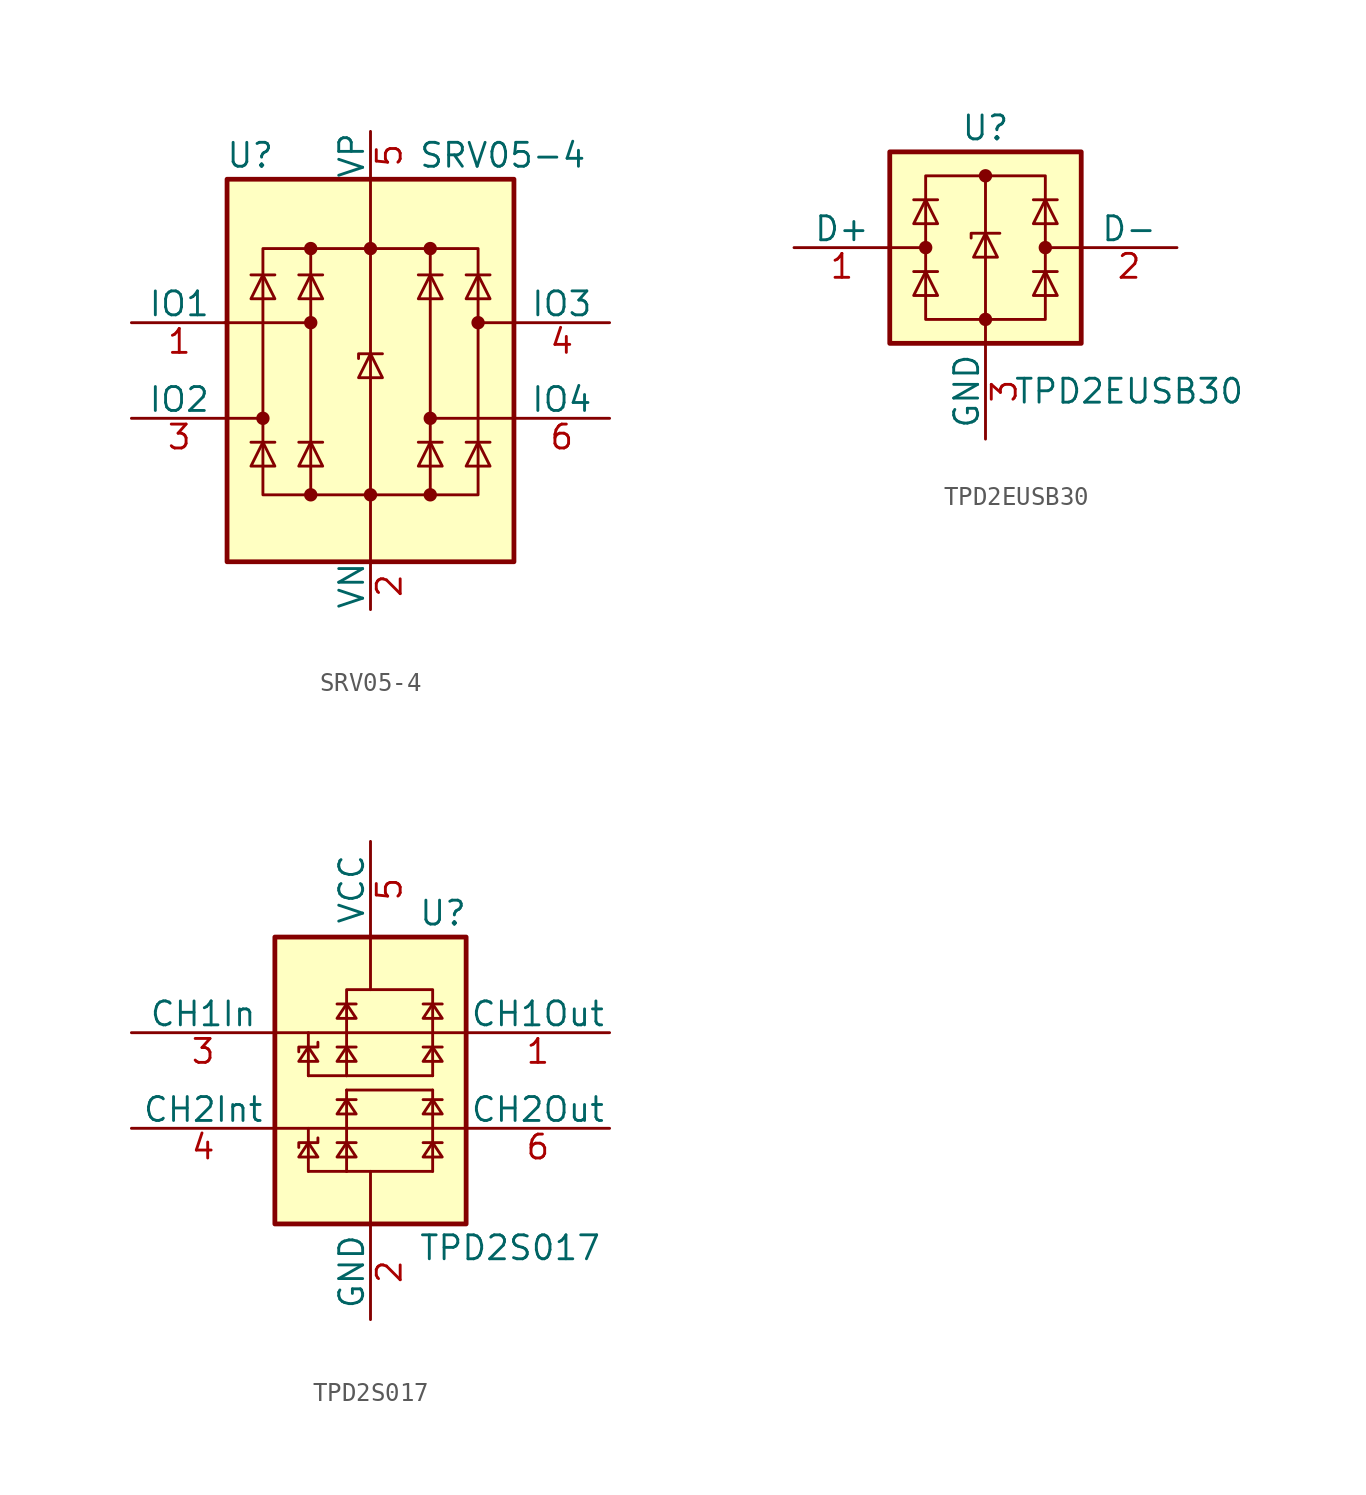
<source format=kicad_sym>
(kicad_symbol_lib
  (version 20220914)
  (generator kicad_symbol_editor)
  (symbol "SRV05-4"
    (pin_names
      (offset 0))
    (property "Reference" "U"
      (at -5.08 11.43 0)
      (effects (font (size 1.27 1.27)) (justify right)))
    (property "Value" "SRV05-4"
      (at 2.54 11.43 0)
      (effects (font (size 1.27 1.27)) (justify left)))
    (symbol "SRV05-4_0_0"
      (rectangle (start -5.715 6.477) (end 5.715 -6.604) (stroke (width 0) (type default)) (fill (type none)))
      (polyline (pts (xy -3.175 -6.604) (xy -3.175 6.477)) (stroke (width 0) (type default)) (fill (type none)))
      (polyline (pts (xy 3.175 6.477) (xy 3.175 -6.604)) (stroke (width 0) (type default)) (fill (type none))))
    (symbol "SRV05-4_0_1"
      (rectangle (start -7.62 10.16) (end 7.62 -10.16) (stroke (width 0.254) (type default)) (fill (type background)))
      (circle (center -5.715 -2.54) (radius 0.279) (stroke (width 0) (type default)) (fill (type outline)))
      (circle (center -3.175 -6.604) (radius 0.279) (stroke (width 0) (type default)) (fill (type outline)))
      (circle (center -3.175 2.54) (radius 0.279) (stroke (width 0) (type default)) (fill (type outline)))
      (circle (center -3.175 6.477) (radius 0.279) (stroke (width 0) (type default)) (fill (type outline)))
      (circle (center 0 -6.604) (radius 0.279) (stroke (width 0) (type default)) (fill (type outline)))
      (polyline (pts (xy -7.747 2.54) (xy -3.175 2.54)) (stroke (width 0) (type default)) (fill (type none)))
      (polyline (pts (xy -7.62 -2.54) (xy -5.715 -2.54)) (stroke (width 0) (type default)) (fill (type none)))
      (polyline (pts (xy -5.08 -3.81) (xy -6.35 -3.81)) (stroke (width 0) (type default)) (fill (type none)))
      (polyline (pts (xy -5.08 5.08) (xy -6.35 5.08)) (stroke (width 0) (type default)) (fill (type none)))
      (polyline (pts (xy -2.54 -3.81) (xy -3.81 -3.81)) (stroke (width 0) (type default)) (fill (type none)))
      (polyline (pts (xy -2.54 5.08) (xy -3.81 5.08)) (stroke (width 0) (type default)) (fill (type none)))
      (polyline (pts (xy 0 10.16) (xy 0 -10.16)) (stroke (width 0) (type default)) (fill (type none)))
      (polyline (pts (xy 3.81 -3.81) (xy 2.54 -3.81)) (stroke (width 0) (type default)) (fill (type none)))
      (polyline (pts (xy 3.81 5.08) (xy 2.54 5.08)) (stroke (width 0) (type default)) (fill (type none)))
      (polyline (pts (xy 6.35 -3.81) (xy 5.08 -3.81)) (stroke (width 0) (type default)) (fill (type none)))
      (polyline (pts (xy 6.35 5.08) (xy 5.08 5.08)) (stroke (width 0) (type default)) (fill (type none)))
      (polyline (pts (xy 7.62 -2.54) (xy 3.175 -2.54)) (stroke (width 0) (type default)) (fill (type none)))
      (polyline (pts (xy 7.62 2.54) (xy 5.715 2.54)) (stroke (width 0) (type default)) (fill (type none)))
      (polyline (pts (xy 0.635 0.889) (xy -0.635 0.889) (xy -0.635 0.635)) (stroke (width 0) (type default)) (fill (type none)))
      (polyline (pts (xy -5.08 -5.08) (xy -6.35 -5.08) (xy -5.715 -3.81) (xy -5.08 -5.08)) (stroke (width 0) (type default)) (fill (type none)))
      (polyline (pts (xy -5.08 3.81) (xy -6.35 3.81) (xy -5.715 5.08) (xy -5.08 3.81)) (stroke (width 0) (type default)) (fill (type none)))
      (polyline (pts (xy -2.54 -5.08) (xy -3.81 -5.08) (xy -3.175 -3.81) (xy -2.54 -5.08)) (stroke (width 0) (type default)) (fill (type none)))
      (polyline (pts (xy -2.54 3.81) (xy -3.81 3.81) (xy -3.175 5.08) (xy -2.54 3.81)) (stroke (width 0) (type default)) (fill (type none)))
      (polyline (pts (xy 0.635 -0.381) (xy -0.635 -0.381) (xy 0 0.889) (xy 0.635 -0.381)) (stroke (width 0) (type default)) (fill (type none)))
      (polyline (pts (xy 3.81 -5.08) (xy 2.54 -5.08) (xy 3.175 -3.81) (xy 3.81 -5.08)) (stroke (width 0) (type default)) (fill (type none)))
      (polyline (pts (xy 3.81 3.81) (xy 2.54 3.81) (xy 3.175 5.08) (xy 3.81 3.81)) (stroke (width 0) (type default)) (fill (type none)))
      (polyline (pts (xy 6.35 -5.08) (xy 5.08 -5.08) (xy 5.715 -3.81) (xy 6.35 -5.08)) (stroke (width 0) (type default)) (fill (type none)))
      (polyline (pts (xy 6.35 3.81) (xy 5.08 3.81) (xy 5.715 5.08) (xy 6.35 3.81)) (stroke (width 0) (type default)) (fill (type none)))
      (circle (center 0 6.477) (radius 0.279) (stroke (width 0) (type default)) (fill (type outline)))
      (circle (center 3.175 -6.604) (radius 0.279) (stroke (width 0) (type default)) (fill (type outline)))
      (circle (center 3.175 -2.54) (radius 0.279) (stroke (width 0) (type default)) (fill (type outline)))
      (circle (center 3.175 6.477) (radius 0.279) (stroke (width 0) (type default)) (fill (type outline)))
      (circle (center 5.715 2.54) (radius 0.279) (stroke (width 0) (type default)) (fill (type outline))))
    (symbol "SRV05-4_1_1"
      (pin passive line (at -12.7 2.54 0) (length 5.08) (name "IO1" (effects (font (size 1.27 1.27)))) (number "1" (effects (font (size 1.27 1.27)))))
      (pin passive line (at 0 -12.7 90) (length 2.54) (name "VN" (effects (font (size 1.27 1.27)))) (number "2" (effects (font (size 1.27 1.27)))))
      (pin passive line (at -12.7 -2.54 0) (length 5.08) (name "IO2" (effects (font (size 1.27 1.27)))) (number "3" (effects (font (size 1.27 1.27)))))
      (pin passive line (at 12.7 2.54 180) (length 5.08) (name "IO3" (effects (font (size 1.27 1.27)))) (number "4" (effects (font (size 1.27 1.27)))))
      (pin passive line (at 0 12.7 270) (length 2.54) (name "VP" (effects (font (size 1.27 1.27)))) (number "5" (effects (font (size 1.27 1.27)))))
      (pin passive line (at 12.7 -2.54 180) (length 5.08) (name "IO4" (effects (font (size 1.27 1.27)))) (number "6" (effects (font (size 1.27 1.27)))))))
  (symbol "TPD2EUSB30"
    (pin_names
      (offset 0))
    (property "Reference" "U"
      (at 0 6.35 0)
      (effects (font (size 1.27 1.27))))
    (property "Value" "TPD2EUSB30"
      (at 7.62 -7.62 0)
      (effects (font (size 1.27 1.27))))
    (symbol "TPD2EUSB30_0_1"
      (rectangle (start -5.08 5.08) (end 5.08 -5.08) (stroke (width 0.254) (type default)) (fill (type background)))
      (circle (center -3.175 0) (radius 0.279) (stroke (width 0) (type default)) (fill (type outline)))
      (rectangle (start -3.175 3.81) (end 3.175 -3.81) (stroke (width 0) (type default)) (fill (type none)))
      (circle (center 0 -3.81) (radius 0.279) (stroke (width 0) (type default)) (fill (type outline)))
      (polyline (pts (xy -5.08 0) (xy -3.175 0)) (stroke (width 0) (type default)) (fill (type none)))
      (polyline (pts (xy -3.81 -1.27) (xy -2.54 -1.27)) (stroke (width 0) (type default)) (fill (type none)))
      (polyline (pts (xy -3.81 2.54) (xy -2.54 2.54)) (stroke (width 0) (type default)) (fill (type none)))
      (polyline (pts (xy 0 3.81) (xy 0 -5.08)) (stroke (width 0) (type default)) (fill (type none)))
      (polyline (pts (xy 2.54 -1.27) (xy 3.81 -1.27)) (stroke (width 0) (type default)) (fill (type none)))
      (polyline (pts (xy 2.54 2.54) (xy 3.81 2.54)) (stroke (width 0) (type default)) (fill (type none)))
      (polyline (pts (xy 5.08 0) (xy 3.175 0)) (stroke (width 0) (type default)) (fill (type none)))
      (polyline (pts (xy 0.762 0.762) (xy -0.762 0.762) (xy -0.762 0.508)) (stroke (width 0) (type default)) (fill (type none)))
      (polyline (pts (xy -2.54 -2.54) (xy -3.81 -2.54) (xy -3.175 -1.27) (xy -2.54 -2.54)) (stroke (width 0) (type default)) (fill (type none)))
      (polyline (pts (xy -2.54 1.27) (xy -3.81 1.27) (xy -3.175 2.54) (xy -2.54 1.27)) (stroke (width 0) (type default)) (fill (type none)))
      (polyline (pts (xy 0.635 -0.508) (xy -0.635 -0.508) (xy 0 0.762) (xy 0.635 -0.508)) (stroke (width 0) (type default)) (fill (type none)))
      (polyline (pts (xy 3.81 -2.54) (xy 2.54 -2.54) (xy 3.175 -1.27) (xy 3.81 -2.54)) (stroke (width 0) (type default)) (fill (type none)))
      (polyline (pts (xy 3.81 1.27) (xy 2.54 1.27) (xy 3.175 2.54) (xy 3.81 1.27)) (stroke (width 0) (type default)) (fill (type none)))
      (circle (center 0 3.81) (radius 0.279) (stroke (width 0) (type default)) (fill (type outline)))
      (circle (center 3.175 0) (radius 0.279) (stroke (width 0) (type default)) (fill (type outline))))
    (symbol "TPD2EUSB30_1_1"
      (pin passive line (at -10.16 0 0) (length 5.08) (name "D+" (effects (font (size 1.27 1.27)))) (number "1" (effects (font (size 1.27 1.27)))))
      (pin passive line (at 10.16 0 180) (length 5.08) (name "D-" (effects (font (size 1.27 1.27)))) (number "2" (effects (font (size 1.27 1.27)))))
      (pin passive line (at 0 -10.16 90) (length 5.08) (name "GND" (effects (font (size 1.27 1.27)))) (number "3" (effects (font (size 1.27 1.27)))))))
  (symbol "TPD2S017"
    (pin_names
      (offset 0))
    (property "Reference" "U"
      (at 2.54 8.89 0)
      (effects (font (size 1.27 1.27)) (justify left)))
    (property "Value" "TPD2S017"
      (at 2.54 -8.89 0)
      (effects (font (size 1.27 1.27)) (justify left)))
    (symbol "TPD2S017_0_1"
      (rectangle (start -5.08 7.62) (end 5.08 -7.62) (stroke (width 0.254) (type default)) (fill (type background)))
      (polyline (pts (xy 0 4.826) (xy 0 7.62)) (stroke (width 0) (type default)) (fill (type none)))
      (polyline (pts (xy -5.08 -2.54) (xy 5.08 -2.54) (xy 5.08 -2.54)) (stroke (width 0) (type default)) (fill (type none)))
      (polyline (pts (xy -5.08 2.54) (xy 5.08 2.54) (xy 5.08 2.54)) (stroke (width 0) (type default)) (fill (type none)))
      (polyline (pts (xy -3.302 -4.826) (xy -1.27 -4.826) (xy -1.27 -4.826)) (stroke (width 0) (type default)) (fill (type none)))
      (polyline (pts (xy -3.302 -3.302) (xy -3.302 -2.54) (xy -3.302 -2.54)) (stroke (width 0) (type default)) (fill (type none)))
      (polyline (pts (xy -3.302 0.254) (xy -3.302 1.778) (xy -3.302 1.016)) (stroke (width 0) (type default)) (fill (type none)))
      (polyline (pts (xy -3.302 0.254) (xy -1.27 0.254) (xy -1.27 0.254)) (stroke (width 0) (type default)) (fill (type none)))
      (polyline (pts (xy -3.302 1.778) (xy -3.302 2.54) (xy -3.302 2.54)) (stroke (width 0) (type default)) (fill (type none)))
      (polyline (pts (xy -1.778 -3.302) (xy -1.27 -3.302) (xy -0.762 -3.302)) (stroke (width 0) (type default)) (fill (type none)))
      (polyline (pts (xy -1.778 -1.016) (xy -1.27 -1.016) (xy -0.762 -1.016)) (stroke (width 0) (type default)) (fill (type none)))
      (polyline (pts (xy -1.778 1.778) (xy -1.27 1.778) (xy -0.762 1.778)) (stroke (width 0) (type default)) (fill (type none)))
      (polyline (pts (xy -1.778 4.064) (xy -1.27 4.064) (xy -0.762 4.064)) (stroke (width 0) (type default)) (fill (type none)))
      (polyline (pts (xy -1.27 -4.826) (xy -1.27 -3.302) (xy -1.27 -4.064)) (stroke (width 0) (type default)) (fill (type none)))
      (polyline (pts (xy -1.27 -4.826) (xy 3.302 -4.826) (xy 3.302 -4.826)) (stroke (width 0) (type default)) (fill (type none)))
      (polyline (pts (xy -1.27 -1.016) (xy -1.27 -0.508) (xy -1.27 -0.508)) (stroke (width 0) (type default)) (fill (type none)))
      (polyline (pts (xy -1.27 -0.508) (xy 3.302 -0.508) (xy 3.302 -0.508)) (stroke (width 0) (type default)) (fill (type none)))
      (polyline (pts (xy -1.27 0.254) (xy -1.27 1.778) (xy -1.27 1.016)) (stroke (width 0) (type default)) (fill (type none)))
      (polyline (pts (xy -1.27 0.254) (xy 3.302 0.254) (xy 3.302 0.254)) (stroke (width 0) (type default)) (fill (type none)))
      (polyline (pts (xy 0 -7.62) (xy 0 -4.826) (xy 0 -4.826)) (stroke (width 0) (type default)) (fill (type none)))
      (polyline (pts (xy 2.794 -3.302) (xy 3.302 -3.302) (xy 3.81 -3.302)) (stroke (width 0) (type default)) (fill (type none)))
      (polyline (pts (xy 2.794 -1.016) (xy 3.302 -1.016) (xy 3.81 -1.016)) (stroke (width 0) (type default)) (fill (type none)))
      (polyline (pts (xy 2.794 1.778) (xy 3.302 1.778) (xy 3.81 1.778)) (stroke (width 0) (type default)) (fill (type none)))
      (polyline (pts (xy 2.794 4.064) (xy 3.302 4.064) (xy 3.81 4.064)) (stroke (width 0) (type default)) (fill (type none)))
      (polyline (pts (xy 3.302 -1.016) (xy 3.302 -0.508) (xy 3.302 -0.508)) (stroke (width 0) (type default)) (fill (type none)))
      (polyline (pts (xy -3.302 -4.826) (xy -3.302 -3.302) (xy -3.302 -4.064) (xy -3.302 -4.064)) (stroke (width 0) (type default)) (fill (type none)))
      (polyline (pts (xy 3.302 -4.826) (xy 3.302 -3.302) (xy 3.302 -4.064) (xy 3.302 -4.064)) (stroke (width 0) (type default)) (fill (type none)))
      (polyline (pts (xy 3.302 0.254) (xy 3.302 1.778) (xy 3.302 1.016) (xy 3.302 1.016)) (stroke (width 0) (type default)) (fill (type none)))
      (polyline (pts (xy -3.302 -3.302) (xy -3.81 -4.064) (xy -2.794 -4.064) (xy -3.302 -3.302) (xy -3.302 -3.302)) (stroke (width 0) (type default)) (fill (type none)))
      (polyline (pts (xy -3.302 1.778) (xy -3.81 1.016) (xy -2.794 1.016) (xy -3.302 1.778) (xy -3.302 1.778)) (stroke (width 0) (type default)) (fill (type none)))
      (polyline (pts (xy -2.794 -3.048) (xy -2.794 -3.302) (xy -3.81 -3.302) (xy -3.81 -3.556) (xy -3.81 -3.556)) (stroke (width 0) (type default)) (fill (type none)))
      (polyline (pts (xy -2.794 2.032) (xy -2.794 1.778) (xy -3.81 1.778) (xy -3.81 1.524) (xy -3.81 1.524)) (stroke (width 0) (type default)) (fill (type none)))
      (polyline (pts (xy -1.27 -3.302) (xy -1.778 -4.064) (xy -0.762 -4.064) (xy -1.27 -3.302) (xy -1.27 -3.302)) (stroke (width 0) (type default)) (fill (type none)))
      (polyline (pts (xy -1.27 -3.302) (xy -1.27 -1.016) (xy -1.27 -1.778) (xy -1.27 -1.778) (xy -1.27 -1.778)) (stroke (width 0) (type default)) (fill (type none)))
      (polyline (pts (xy -1.27 -1.016) (xy -1.778 -1.778) (xy -0.762 -1.778) (xy -1.27 -1.016) (xy -1.27 -1.016)) (stroke (width 0) (type default)) (fill (type none)))
      (polyline (pts (xy -1.27 1.778) (xy -1.778 1.016) (xy -0.762 1.016) (xy -1.27 1.778) (xy -1.27 1.778)) (stroke (width 0) (type default)) (fill (type none)))
      (polyline (pts (xy -1.27 1.778) (xy -1.27 4.064) (xy -1.27 3.302) (xy -1.27 3.302) (xy -1.27 3.302)) (stroke (width 0) (type default)) (fill (type none)))
      (polyline (pts (xy -1.27 4.064) (xy -1.778 3.302) (xy -0.762 3.302) (xy -1.27 4.064) (xy -1.27 4.064)) (stroke (width 0) (type default)) (fill (type none)))
      (polyline (pts (xy -1.27 4.064) (xy -1.27 4.826) (xy 3.302 4.826) (xy 3.302 4.064) (xy 3.302 4.064)) (stroke (width 0) (type default)) (fill (type none)))
      (polyline (pts (xy 3.302 -3.302) (xy 2.794 -4.064) (xy 3.81 -4.064) (xy 3.302 -3.302) (xy 3.302 -3.302)) (stroke (width 0) (type default)) (fill (type none)))
      (polyline (pts (xy 3.302 -3.302) (xy 3.302 -1.016) (xy 3.302 -1.778) (xy 3.302 -1.778) (xy 3.302 -1.778)) (stroke (width 0) (type default)) (fill (type none)))
      (polyline (pts (xy 3.302 -1.016) (xy 2.794 -1.778) (xy 3.81 -1.778) (xy 3.302 -1.016) (xy 3.302 -1.016)) (stroke (width 0) (type default)) (fill (type none)))
      (polyline (pts (xy 3.302 1.778) (xy 2.794 1.016) (xy 3.81 1.016) (xy 3.302 1.778) (xy 3.302 1.778)) (stroke (width 0) (type default)) (fill (type none)))
      (polyline (pts (xy 3.302 1.778) (xy 3.302 4.064) (xy 3.302 3.302) (xy 3.302 3.302) (xy 3.302 3.302)) (stroke (width 0) (type default)) (fill (type none)))
      (polyline (pts (xy 3.302 4.064) (xy 2.794 3.302) (xy 3.81 3.302) (xy 3.302 4.064) (xy 3.302 4.064)) (stroke (width 0) (type default)) (fill (type none))))
    (symbol "TPD2S017_1_1"
      (pin passive line (at 12.7 2.54 180) (length 7.62) (name "CH1Out" (effects (font (size 1.27 1.27)))) (number "1" (effects (font (size 1.27 1.27)))))
      (pin power_in line (at 0 -12.7 90) (length 5.08) (name "GND" (effects (font (size 1.27 1.27)))) (number "2" (effects (font (size 1.27 1.27)))))
      (pin passive line (at -12.7 2.54 0) (length 7.62) (name "CH1In" (effects (font (size 1.27 1.27)))) (number "3" (effects (font (size 1.27 1.27)))))
      (pin passive line (at -12.7 -2.54 0) (length 7.62) (name "CH2Int" (effects (font (size 1.27 1.27)))) (number "4" (effects (font (size 1.27 1.27)))))
      (pin power_in line (at 0 12.7 270) (length 5.08) (name "VCC" (effects (font (size 1.27 1.27)))) (number "5" (effects (font (size 1.27 1.27)))))
      (pin passive line (at 12.7 -2.54 180) (length 7.62) (name "CH2Out" (effects (font (size 1.27 1.27)))) (number "6" (effects (font (size 1.27 1.27))))))))
</source>
